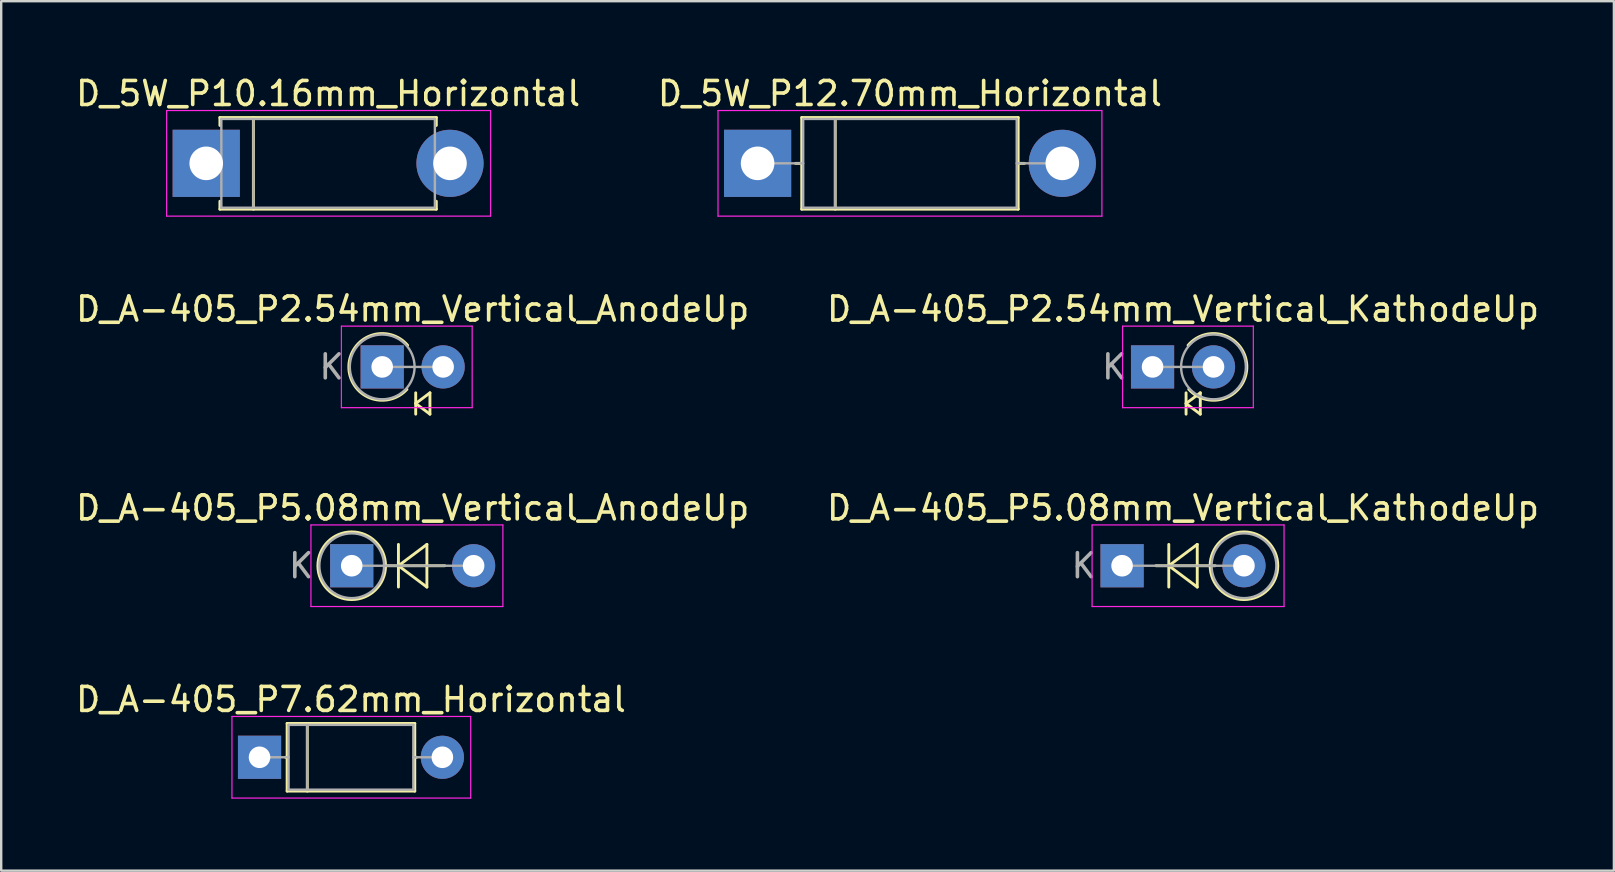
<source format=kicad_pcb>
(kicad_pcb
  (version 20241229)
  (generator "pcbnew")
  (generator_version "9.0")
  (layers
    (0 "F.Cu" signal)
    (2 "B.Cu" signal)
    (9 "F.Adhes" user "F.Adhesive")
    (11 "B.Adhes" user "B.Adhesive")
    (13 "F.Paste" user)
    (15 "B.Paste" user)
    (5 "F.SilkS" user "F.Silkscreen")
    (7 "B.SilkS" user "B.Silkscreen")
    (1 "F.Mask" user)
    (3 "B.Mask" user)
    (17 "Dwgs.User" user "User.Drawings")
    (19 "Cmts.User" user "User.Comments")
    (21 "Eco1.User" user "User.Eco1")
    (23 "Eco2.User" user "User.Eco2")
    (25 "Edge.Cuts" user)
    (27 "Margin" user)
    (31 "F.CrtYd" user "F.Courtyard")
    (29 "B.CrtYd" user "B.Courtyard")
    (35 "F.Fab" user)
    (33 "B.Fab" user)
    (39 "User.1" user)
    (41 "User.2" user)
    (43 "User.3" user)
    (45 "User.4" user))
  (footprint "D_5W_P12.70mm_Horizontal"
    (layer "F.Cu")
    (at 28.525 3.758)
    (property "Reference" "D_5W_P12.70mm_Horizontal" (at 6.35 -2.91 0) (layer "F.SilkS") (effects (font (size 1 1) (thickness 0.15))))
    (attr through_hole)
    (fp_line (start 1.58 0) (end 1.84 0) (stroke (width 0.12) (type solid)) (layer "F.SilkS"))
    (fp_line (start 1.84 -1.91) (end 1.84 1.91) (stroke (width 0.12) (type solid)) (layer "F.SilkS"))
    (fp_line (start 1.84 1.91) (end 10.86 1.91) (stroke (width 0.12) (type solid)) (layer "F.SilkS"))
    (fp_line (start 3.235 -1.91) (end 3.235 1.91) (stroke (width 0.12) (type solid)) (layer "F.SilkS"))
    (fp_line (start 10.86 -1.91) (end 1.84 -1.91) (stroke (width 0.12) (type solid)) (layer "F.SilkS"))
    (fp_line (start 10.86 1.91) (end 10.86 -1.91) (stroke (width 0.12) (type solid)) (layer "F.SilkS"))
    (fp_line (start 11.12 0) (end 10.86 0) (stroke (width 0.12) (type solid)) (layer "F.SilkS"))
    (fp_line (start -1.65 -2.2) (end -1.65 2.2) (stroke (width 0.05) (type solid)) (layer "F.CrtYd"))
    (fp_line (start -1.65 2.2) (end 14.35 2.2) (stroke (width 0.05) (type solid)) (layer "F.CrtYd"))
    (fp_line (start 14.35 -2.2) (end -1.65 -2.2) (stroke (width 0.05) (type solid)) (layer "F.CrtYd"))
    (fp_line (start 14.35 2.2) (end 14.35 -2.2) (stroke (width 0.05) (type solid)) (layer "F.CrtYd"))
    (fp_line (start 0 0) (end 1.9 0) (stroke (width 0.1) (type solid)) (layer "F.Fab"))
    (fp_line (start 1.9 -1.85) (end 1.9 1.85) (stroke (width 0.1) (type solid)) (layer "F.Fab"))
    (fp_line (start 1.9 1.85) (end 10.8 1.85) (stroke (width 0.1) (type solid)) (layer "F.Fab"))
    (fp_line (start 3.235 -1.85) (end 3.235 1.85) (stroke (width 0.1) (type solid)) (layer "F.Fab"))
    (fp_line (start 10.8 -1.85) (end 1.9 -1.85) (stroke (width 0.1) (type solid)) (layer "F.Fab"))
    (fp_line (start 10.8 1.85) (end 10.8 -1.85) (stroke (width 0.1) (type solid)) (layer "F.Fab"))
    (fp_line (start 12.7 0) (end 10.8 0) (stroke (width 0.1) (type solid)) (layer "F.Fab"))
    (pad "1" thru_hole rect (at 0 0) (size 2.8 2.8) (drill 1.4) (layers "*.Cu" "*.Mask"))
    (pad "2" thru_hole oval (at 12.7 0) (size 2.8 2.8) (drill 1.4) (layers "*.Cu" "*.Mask")))
  (footprint "D_A-405_P5.08mm_Vertical_AnodeUp"
    (layer "F.Cu")
    (at 11.609 20.529)
    (property "Reference" "D_A-405_P5.08mm_Vertical_AnodeUp" (at 2.54 -2.41 0) (layer "F.SilkS") (effects (font (size 1 1) (thickness 0.15))))
    (attr through_hole)
    (fp_line (start 1.41 0) (end 3.88 0) (stroke (width 0.12) (type solid)) (layer "F.SilkS"))
    (fp_line (start 1.947 -0.889) (end 1.947 0.889) (stroke (width 0.12) (type solid)) (layer "F.SilkS"))
    (fp_line (start 1.947 0) (end 3.133 -0.889) (stroke (width 0.12) (type solid)) (layer "F.SilkS"))
    (fp_line (start 3.133 -0.889) (end 3.133 0.889) (stroke (width 0.12) (type solid)) (layer "F.SilkS"))
    (fp_line (start 3.133 0.889) (end 1.947 0) (stroke (width 0.12) (type solid)) (layer "F.SilkS"))
    (fp_circle (center 0 0) (end 1.41 0) (stroke (width 0.12) (type solid)) (fill no) (layer "F.SilkS"))
    (fp_line (start -1.7 -1.7) (end -1.7 1.7) (stroke (width 0.05) (type solid)) (layer "F.CrtYd"))
    (fp_line (start -1.7 1.7) (end 6.3 1.7) (stroke (width 0.05) (type solid)) (layer "F.CrtYd"))
    (fp_line (start 6.3 -1.7) (end -1.7 -1.7) (stroke (width 0.05) (type solid)) (layer "F.CrtYd"))
    (fp_line (start 6.3 1.7) (end 6.3 -1.7) (stroke (width 0.05) (type solid)) (layer "F.CrtYd"))
    (fp_line (start 0 0) (end 5.08 0) (stroke (width 0.1) (type solid)) (layer "F.Fab"))
    (fp_circle (center 0 0) (end 1.35 0) (stroke (width 0.1) (type solid)) (fill no) (layer "F.Fab"))
    (fp_text user "K" (at -2.11 0 0) (layer "F.Fab") (effects (font (size 1 1) (thickness 0.15))))
    (pad "1" thru_hole rect (at 0 0) (size 1.8 1.8) (drill 0.9) (layers "*.Cu" "*.Mask"))
    (pad "2" thru_hole oval (at 5.08 0) (size 1.8 1.8) (drill 0.9) (layers "*.Cu" "*.Mask")))
  (footprint "D_A-405_P7.62mm_Horizontal"
    (layer "F.Cu")
    (at 7.767 28.512)
    (property "Reference" "D_A-405_P7.62mm_Horizontal" (at 3.81 -2.41 0) (layer "F.SilkS") (effects (font (size 1 1) (thickness 0.15))))
    (attr through_hole)
    (fp_line (start 1.08 0) (end 1.15 0) (stroke (width 0.12) (type solid)) (layer "F.SilkS"))
    (fp_line (start 1.15 -1.41) (end 1.15 1.41) (stroke (width 0.12) (type solid)) (layer "F.SilkS"))
    (fp_line (start 1.15 1.41) (end 6.47 1.41) (stroke (width 0.12) (type solid)) (layer "F.SilkS"))
    (fp_line (start 1.99 -1.41) (end 1.99 1.41) (stroke (width 0.12) (type solid)) (layer "F.SilkS"))
    (fp_line (start 6.47 -1.41) (end 1.15 -1.41) (stroke (width 0.12) (type solid)) (layer "F.SilkS"))
    (fp_line (start 6.47 1.41) (end 6.47 -1.41) (stroke (width 0.12) (type solid)) (layer "F.SilkS"))
    (fp_line (start 6.54 0) (end 6.47 0) (stroke (width 0.12) (type solid)) (layer "F.SilkS"))
    (fp_line (start -1.15 -1.7) (end -1.15 1.7) (stroke (width 0.05) (type solid)) (layer "F.CrtYd"))
    (fp_line (start -1.15 1.7) (end 8.8 1.7) (stroke (width 0.05) (type solid)) (layer "F.CrtYd"))
    (fp_line (start 8.8 -1.7) (end -1.15 -1.7) (stroke (width 0.05) (type solid)) (layer "F.CrtYd"))
    (fp_line (start 8.8 1.7) (end 8.8 -1.7) (stroke (width 0.05) (type solid)) (layer "F.CrtYd"))
    (fp_line (start 0 0) (end 1.21 0) (stroke (width 0.1) (type solid)) (layer "F.Fab"))
    (fp_line (start 1.21 -1.35) (end 1.21 1.35) (stroke (width 0.1) (type solid)) (layer "F.Fab"))
    (fp_line (start 1.21 1.35) (end 6.41 1.35) (stroke (width 0.1) (type solid)) (layer "F.Fab"))
    (fp_line (start 1.99 -1.35) (end 1.99 1.35) (stroke (width 0.1) (type solid)) (layer "F.Fab"))
    (fp_line (start 6.41 -1.35) (end 1.21 -1.35) (stroke (width 0.1) (type solid)) (layer "F.Fab"))
    (fp_line (start 6.41 1.35) (end 6.41 -1.35) (stroke (width 0.1) (type solid)) (layer "F.Fab"))
    (fp_line (start 7.62 0) (end 6.41 0) (stroke (width 0.1) (type solid)) (layer "F.Fab"))
    (pad "1" thru_hole rect (at 0 0) (size 1.8 1.8) (drill 0.9) (layers "*.Cu" "*.Mask"))
    (pad "2" thru_hole oval (at 7.62 0) (size 1.8 1.8) (drill 0.9) (layers "*.Cu" "*.Mask")))
  (footprint "D_A-405_P2.54mm_Vertical_AnodeUp"
    (layer "F.Cu")
    (at 12.879 12.242)
    (property "Reference" "D_A-405_P2.54mm_Vertical_AnodeUp" (at 1.27 -2.41 0) (layer "F.SilkS") (effects (font (size 1 1) (thickness 0.15))))
    (attr through_hole)
    (fp_line (start 1.397 1.08) (end 1.397 1.969) (stroke (width 0.12) (type solid)) (layer "F.SilkS"))
    (fp_line (start 1.397 1.524) (end 1.99 1.08) (stroke (width 0.12) (type solid)) (layer "F.SilkS"))
    (fp_line (start 1.99 1.08) (end 1.99 1.969) (stroke (width 0.12) (type solid)) (layer "F.SilkS"))
    (fp_line (start 1.99 1.969) (end 1.397 1.524) (stroke (width 0.12) (type solid)) (layer "F.SilkS"))
    (fp_arc (start 1.030633 0.933271) (mid -1.390219 -0.022126) (end 1.059811 -0.9) (stroke (width 0.12) (type solid)) (layer "F.SilkS"))
    (fp_line (start -1.7 -1.7) (end -1.7 1.7) (stroke (width 0.05) (type solid)) (layer "F.CrtYd"))
    (fp_line (start -1.7 1.7) (end 3.75 1.7) (stroke (width 0.05) (type solid)) (layer "F.CrtYd"))
    (fp_line (start 3.75 -1.7) (end -1.7 -1.7) (stroke (width 0.05) (type solid)) (layer "F.CrtYd"))
    (fp_line (start 3.75 1.7) (end 3.75 -1.7) (stroke (width 0.05) (type solid)) (layer "F.CrtYd"))
    (fp_line (start 0 0) (end 2.54 0) (stroke (width 0.1) (type solid)) (layer "F.Fab"))
    (fp_circle (center 0 0) (end 1.35 0) (stroke (width 0.1) (type solid)) (fill no) (layer "F.Fab"))
    (fp_text user "K" (at -2.11 0 0) (layer "F.Fab") (effects (font (size 1 1) (thickness 0.15))))
    (pad "1" thru_hole rect (at 0 0) (size 1.8 1.8) (drill 0.9) (layers "*.Cu" "*.Mask"))
    (pad "2" thru_hole oval (at 2.54 0) (size 1.8 1.8) (drill 0.9) (layers "*.Cu" "*.Mask")))
  (footprint "D_A-405_P2.54mm_Vertical_KathodeUp"
    (layer "F.Cu")
    (at 44.986 12.242)
    (property "Reference" "D_A-405_P2.54mm_Vertical_KathodeUp" (at 1.27 -2.41 0) (layer "F.SilkS") (effects (font (size 1 1) (thickness 0.15))))
    (attr through_hole)
    (fp_line (start 1.397 1.08) (end 1.397 1.969) (stroke (width 0.12) (type solid)) (layer "F.SilkS"))
    (fp_line (start 1.397 1.524) (end 1.99 1.08) (stroke (width 0.12) (type solid)) (layer "F.SilkS"))
    (fp_line (start 1.99 1.08) (end 1.99 1.969) (stroke (width 0.12) (type solid)) (layer "F.SilkS"))
    (fp_line (start 1.99 1.969) (end 1.397 1.524) (stroke (width 0.12) (type solid)) (layer "F.SilkS"))
    (fp_arc (start 1.480189 -0.9) (mid 3.930219 -0.022126) (end 1.509367 0.933271) (stroke (width 0.12) (type solid)) (layer "F.SilkS"))
    (fp_line (start -1.25 -1.7) (end -1.25 1.7) (stroke (width 0.05) (type solid)) (layer "F.CrtYd"))
    (fp_line (start -1.25 1.7) (end 4.2 1.7) (stroke (width 0.05) (type solid)) (layer "F.CrtYd"))
    (fp_line (start 4.2 -1.7) (end -1.25 -1.7) (stroke (width 0.05) (type solid)) (layer "F.CrtYd"))
    (fp_line (start 4.2 1.7) (end 4.2 -1.7) (stroke (width 0.05) (type solid)) (layer "F.CrtYd"))
    (fp_line (start 0 0) (end 2.54 0) (stroke (width 0.1) (type solid)) (layer "F.Fab"))
    (fp_circle (center 2.54 0) (end 3.89 0) (stroke (width 0.1) (type solid)) (fill no) (layer "F.Fab"))
    (fp_text user "K" (at -1.6 0 0) (layer "F.Fab") (effects (font (size 1 1) (thickness 0.15))))
    (pad "1" thru_hole rect (at 0 0) (size 1.8 1.8) (drill 0.9) (layers "*.Cu" "*.Mask"))
    (pad "2" thru_hole oval (at 2.54 0) (size 1.8 1.8) (drill 0.9) (layers "*.Cu" "*.Mask")))
  (footprint "D_5W_P10.16mm_Horizontal"
    (layer "F.Cu")
    (at 5.545 3.758)
    (property "Reference" "D_5W_P10.16mm_Horizontal" (at 5.08 -2.91 0) (layer "F.SilkS") (effects (font (size 1 1) (thickness 0.15))))
    (attr through_hole)
    (fp_line (start 0.57 -1.91) (end 9.59 -1.91) (stroke (width 0.12) (type solid)) (layer "F.SilkS"))
    (fp_line (start 0.57 -1.58) (end 0.57 -1.91) (stroke (width 0.12) (type solid)) (layer "F.SilkS"))
    (fp_line (start 0.57 1.58) (end 0.57 1.91) (stroke (width 0.12) (type solid)) (layer "F.SilkS"))
    (fp_line (start 0.57 1.91) (end 9.59 1.91) (stroke (width 0.12) (type solid)) (layer "F.SilkS"))
    (fp_line (start 1.965 -1.91) (end 1.965 1.91) (stroke (width 0.12) (type solid)) (layer "F.SilkS"))
    (fp_line (start 9.59 -1.91) (end 9.59 -1.58) (stroke (width 0.12) (type solid)) (layer "F.SilkS"))
    (fp_line (start 9.59 1.91) (end 9.59 1.58) (stroke (width 0.12) (type solid)) (layer "F.SilkS"))
    (fp_line (start -1.65 -2.2) (end -1.65 2.2) (stroke (width 0.05) (type solid)) (layer "F.CrtYd"))
    (fp_line (start -1.65 2.2) (end 11.85 2.2) (stroke (width 0.05) (type solid)) (layer "F.CrtYd"))
    (fp_line (start 11.85 -2.2) (end -1.65 -2.2) (stroke (width 0.05) (type solid)) (layer "F.CrtYd"))
    (fp_line (start 11.85 2.2) (end 11.85 -2.2) (stroke (width 0.05) (type solid)) (layer "F.CrtYd"))
    (fp_line (start 0 0) (end 0.63 0) (stroke (width 0.1) (type solid)) (layer "F.Fab"))
    (fp_line (start 0.63 -1.85) (end 0.63 1.85) (stroke (width 0.1) (type solid)) (layer "F.Fab"))
    (fp_line (start 0.63 1.85) (end 9.53 1.85) (stroke (width 0.1) (type solid)) (layer "F.Fab"))
    (fp_line (start 1.965 -1.85) (end 1.965 1.85) (stroke (width 0.1) (type solid)) (layer "F.Fab"))
    (fp_line (start 9.53 -1.85) (end 0.63 -1.85) (stroke (width 0.1) (type solid)) (layer "F.Fab"))
    (fp_line (start 9.53 1.85) (end 9.53 -1.85) (stroke (width 0.1) (type solid)) (layer "F.Fab"))
    (fp_line (start 10.16 0) (end 9.53 0) (stroke (width 0.1) (type solid)) (layer "F.Fab"))
    (pad "1" thru_hole rect (at 0 0) (size 2.8 2.8) (drill 1.4) (layers "*.Cu" "*.Mask"))
    (pad "2" thru_hole oval (at 10.16 0) (size 2.8 2.8) (drill 1.4) (layers "*.Cu" "*.Mask")))
  (footprint "D_A-405_P5.08mm_Vertical_KathodeUp"
    (layer "F.Cu")
    (at 43.716 20.529)
    (property "Reference" "D_A-405_P5.08mm_Vertical_KathodeUp" (at 2.54 -2.41 0) (layer "F.SilkS") (effects (font (size 1 1) (thickness 0.15))))
    (attr through_hole)
    (fp_line (start 1.41 0) (end 3.88 0) (stroke (width 0.12) (type solid)) (layer "F.SilkS"))
    (fp_line (start 1.947 -0.889) (end 1.947 0.889) (stroke (width 0.12) (type solid)) (layer "F.SilkS"))
    (fp_line (start 1.947 0) (end 3.133 -0.889) (stroke (width 0.12) (type solid)) (layer "F.SilkS"))
    (fp_line (start 3.133 -0.889) (end 3.133 0.889) (stroke (width 0.12) (type solid)) (layer "F.SilkS"))
    (fp_line (start 3.133 0.889) (end 1.947 0) (stroke (width 0.12) (type solid)) (layer "F.SilkS"))
    (fp_circle (center 5.08 0) (end 6.49 0) (stroke (width 0.12) (type solid)) (fill no) (layer "F.SilkS"))
    (fp_line (start -1.25 -1.7) (end -1.25 1.7) (stroke (width 0.05) (type solid)) (layer "F.CrtYd"))
    (fp_line (start -1.25 1.7) (end 6.75 1.7) (stroke (width 0.05) (type solid)) (layer "F.CrtYd"))
    (fp_line (start 6.75 -1.7) (end -1.25 -1.7) (stroke (width 0.05) (type solid)) (layer "F.CrtYd"))
    (fp_line (start 6.75 1.7) (end 6.75 -1.7) (stroke (width 0.05) (type solid)) (layer "F.CrtYd"))
    (fp_line (start 0 0) (end 5.08 0) (stroke (width 0.1) (type solid)) (layer "F.Fab"))
    (fp_circle (center 5.08 0) (end 6.43 0) (stroke (width 0.1) (type solid)) (fill no) (layer "F.Fab"))
    (fp_text user "K" (at -1.6 0 0) (layer "F.Fab") (effects (font (size 1 1) (thickness 0.15))))
    (pad "1" thru_hole rect (at 0 0) (size 1.8 1.8) (drill 0.9) (layers "*.Cu" "*.Mask"))
    (pad "2" thru_hole oval (at 5.08 0) (size 1.8 1.8) (drill 0.9) (layers "*.Cu" "*.Mask")))
  (gr_rect
    (start -3 -3)
    (end 64.214 33.237)
    (stroke (width 0.1) (type default))
    (fill no)
    (layer "Edge.Cuts")))
</source>
